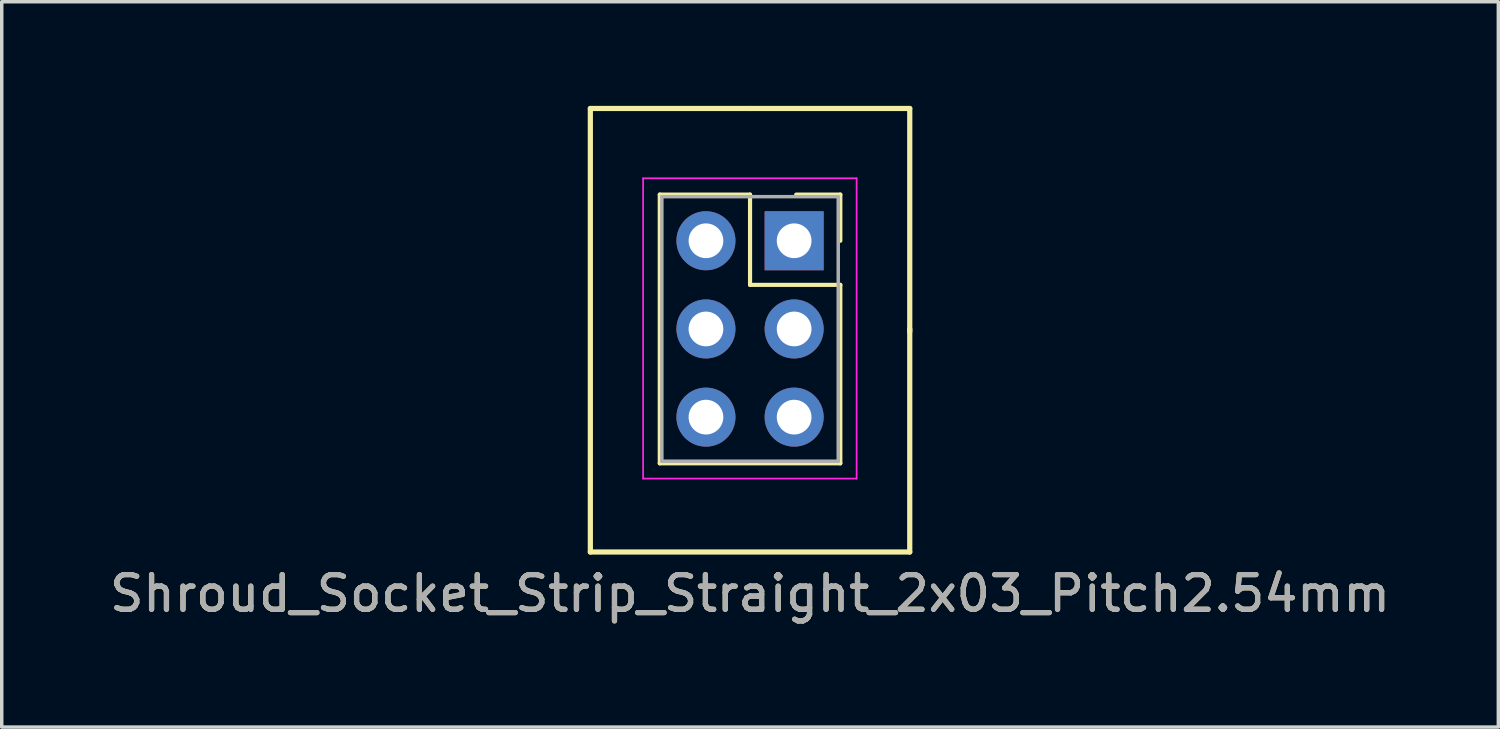
<source format=kicad_pcb>
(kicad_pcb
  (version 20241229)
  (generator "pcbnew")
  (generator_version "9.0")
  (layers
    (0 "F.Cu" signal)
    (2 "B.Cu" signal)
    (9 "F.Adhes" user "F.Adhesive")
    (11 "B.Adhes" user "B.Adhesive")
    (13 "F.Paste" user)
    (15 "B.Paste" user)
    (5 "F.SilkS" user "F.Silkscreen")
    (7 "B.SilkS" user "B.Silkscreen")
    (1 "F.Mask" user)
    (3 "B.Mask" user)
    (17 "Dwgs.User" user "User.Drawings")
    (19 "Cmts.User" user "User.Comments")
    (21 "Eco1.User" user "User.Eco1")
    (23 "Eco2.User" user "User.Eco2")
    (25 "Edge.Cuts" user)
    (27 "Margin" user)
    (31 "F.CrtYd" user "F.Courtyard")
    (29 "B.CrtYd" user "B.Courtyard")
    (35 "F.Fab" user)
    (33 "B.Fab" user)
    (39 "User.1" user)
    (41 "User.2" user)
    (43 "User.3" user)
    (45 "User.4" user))
  (footprint "Shroud_Socket_Strip_Straight_2x03_Pitch2.54mm"
    (layer "F.Cu")
    (at 19.824 3.885)
    (property "Reference" "Shroud_Socket_Strip_Straight_2x03_Pitch2.54mm" (at -1.27 10.16 0) (layer "F.SilkS") (effects (font (size 1 1) (thickness 0.15))))
    (attr through_hole)
    (fp_line (start -5.87 -3.81) (end -5.87 8.965) (stroke (width 0.15) (type solid)) (layer "F.SilkS"))
    (fp_line (start -5.87 8.965) (end 3.33 8.965) (stroke (width 0.15) (type solid)) (layer "F.SilkS"))
    (fp_line (start -3.87 -1.33) (end -1.27 -1.33) (stroke (width 0.12) (type solid)) (layer "F.SilkS"))
    (fp_line (start -3.87 6.41) (end -3.87 -1.33) (stroke (width 0.12) (type solid)) (layer "F.SilkS"))
    (fp_line (start -1.27 -3.81) (end -5.87 -3.81) (stroke (width 0.15) (type solid)) (layer "F.SilkS"))
    (fp_line (start -1.27 -3.81) (end 3.33 -3.81) (stroke (width 0.15) (type solid)) (layer "F.SilkS"))
    (fp_line (start -1.27 -1.33) (end -1.27 1.27) (stroke (width 0.12) (type solid)) (layer "F.SilkS"))
    (fp_line (start -1.27 1.27) (end 1.33 1.27) (stroke (width 0.12) (type solid)) (layer "F.SilkS"))
    (fp_line (start 1.33 -1.33) (end 0.06 -1.33) (stroke (width 0.12) (type solid)) (layer "F.SilkS"))
    (fp_line (start 1.33 0) (end 1.33 -1.33) (stroke (width 0.12) (type solid)) (layer "F.SilkS"))
    (fp_line (start 1.33 1.27) (end 1.33 6.41) (stroke (width 0.12) (type solid)) (layer "F.SilkS"))
    (fp_line (start 1.33 6.41) (end -3.87 6.41) (stroke (width 0.12) (type solid)) (layer "F.SilkS"))
    (fp_line (start 3.33 2.615) (end 3.33 -3.81) (stroke (width 0.15) (type solid)) (layer "F.SilkS"))
    (fp_line (start 3.33 8.965) (end 3.33 2.54) (stroke (width 0.15) (type solid)) (layer "F.SilkS"))
    (fp_line (start -4.35 -1.8) (end -4.35 6.85) (stroke (width 0.05) (type solid)) (layer "F.CrtYd"))
    (fp_line (start -4.35 6.85) (end 1.8 6.85) (stroke (width 0.05) (type solid)) (layer "F.CrtYd"))
    (fp_line (start 1.8 -1.8) (end -4.35 -1.8) (stroke (width 0.05) (type solid)) (layer "F.CrtYd"))
    (fp_line (start 1.8 6.85) (end 1.8 -1.8) (stroke (width 0.05) (type solid)) (layer "F.CrtYd"))
    (fp_line (start -3.81 -1.27) (end -3.81 6.35) (stroke (width 0.1) (type solid)) (layer "F.Fab"))
    (fp_line (start -3.81 6.35) (end 1.27 6.35) (stroke (width 0.1) (type solid)) (layer "F.Fab"))
    (fp_line (start 1.27 -1.27) (end -3.81 -1.27) (stroke (width 0.1) (type solid)) (layer "F.Fab"))
    (fp_line (start 1.27 6.35) (end 1.27 -1.27) (stroke (width 0.1) (type solid)) (layer "F.Fab"))
    (fp_text user "${REFERENCE}" (at -1.27 10.16 0) (layer "F.Fab") (effects (font (size 1 1) (thickness 0.15))))
    (pad "1" thru_hole rect (at 0 0) (size 1.7 1.7) (drill 1) (layers "*.Cu" "*.Mask"))
    (pad "2" thru_hole oval (at -2.54 0) (size 1.7 1.7) (drill 1) (layers "*.Cu" "*.Mask"))
    (pad "3" thru_hole oval (at 0 2.54) (size 1.7 1.7) (drill 1) (layers "*.Cu" "*.Mask"))
    (pad "4" thru_hole oval (at -2.54 2.54) (size 1.7 1.7) (drill 1) (layers "*.Cu" "*.Mask"))
    (pad "5" thru_hole oval (at 0 5.08) (size 1.7 1.7) (drill 1) (layers "*.Cu" "*.Mask"))
    (pad "6" thru_hole oval (at -2.54 5.08) (size 1.7 1.7) (drill 1) (layers "*.Cu" "*.Mask")))
  (gr_rect
    (start -3 -3)
    (end 40.107 17.893)
    (stroke (width 0.1) (type default))
    (fill no)
    (layer "Edge.Cuts")))
</source>
